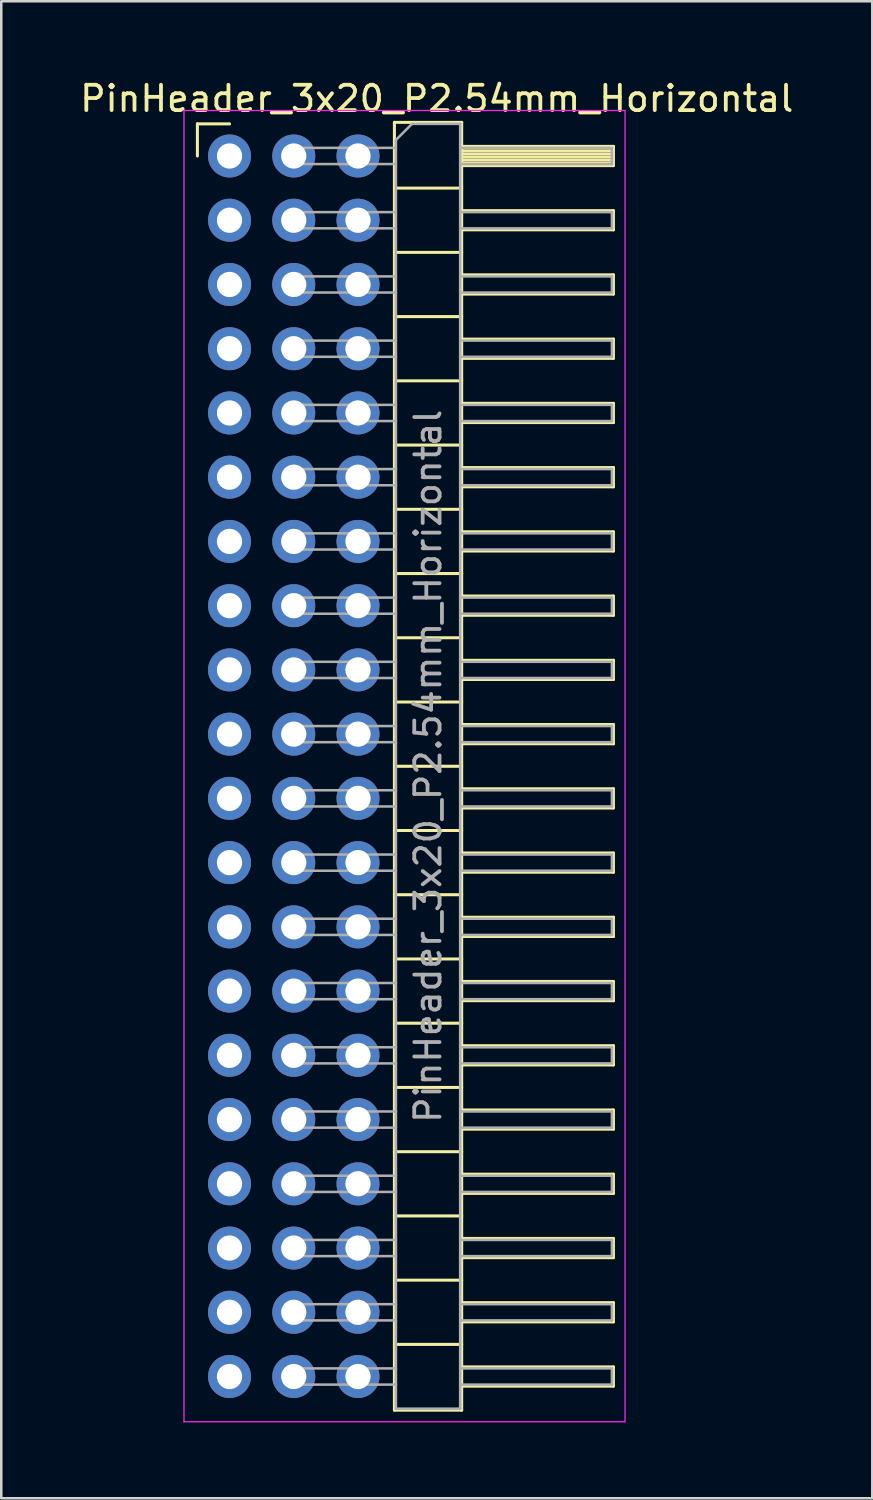
<source format=kicad_pcb>
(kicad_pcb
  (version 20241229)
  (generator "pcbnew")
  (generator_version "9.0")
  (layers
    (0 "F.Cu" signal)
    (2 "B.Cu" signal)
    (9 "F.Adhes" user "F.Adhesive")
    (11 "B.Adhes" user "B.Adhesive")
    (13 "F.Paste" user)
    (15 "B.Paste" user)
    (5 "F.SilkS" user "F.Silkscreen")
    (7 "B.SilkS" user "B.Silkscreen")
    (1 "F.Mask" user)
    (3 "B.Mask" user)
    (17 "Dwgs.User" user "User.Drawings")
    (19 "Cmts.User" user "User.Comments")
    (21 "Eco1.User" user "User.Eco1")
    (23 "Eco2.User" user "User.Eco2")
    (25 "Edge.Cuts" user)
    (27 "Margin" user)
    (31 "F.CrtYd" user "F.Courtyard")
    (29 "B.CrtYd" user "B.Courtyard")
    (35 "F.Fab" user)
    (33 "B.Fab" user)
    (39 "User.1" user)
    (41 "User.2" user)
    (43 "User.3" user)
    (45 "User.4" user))
  (footprint "PinHeader_3x20_P2.54mm_Horizontal"
    (layer "F.Cu")
    (at 6.025 3.118)
    (property "Reference" "PinHeader_3x20_P2.54mm_Horizontal" (at 8.195 -2.27 0) (layer "F.SilkS") (effects (font (size 1 1) (thickness 0.15))))
    (attr through_hole)
    (fp_line (start -1.27 -1.27) (end 0 -1.27) (stroke (width 0.12) (type solid)) (layer "F.SilkS"))
    (fp_line (start -1.27 0) (end -1.27 -1.27) (stroke (width 0.12) (type solid)) (layer "F.SilkS"))
    (fp_line (start 6.52 -1.33) (end 6.52 49.59) (stroke (width 0.12) (type solid)) (layer "F.SilkS"))
    (fp_line (start 6.52 1.27) (end 9.18 1.27) (stroke (width 0.12) (type solid)) (layer "F.SilkS"))
    (fp_line (start 6.52 3.81) (end 9.18 3.81) (stroke (width 0.12) (type solid)) (layer "F.SilkS"))
    (fp_line (start 6.52 6.35) (end 9.18 6.35) (stroke (width 0.12) (type solid)) (layer "F.SilkS"))
    (fp_line (start 6.52 8.89) (end 9.18 8.89) (stroke (width 0.12) (type solid)) (layer "F.SilkS"))
    (fp_line (start 6.52 11.43) (end 9.18 11.43) (stroke (width 0.12) (type solid)) (layer "F.SilkS"))
    (fp_line (start 6.52 13.97) (end 9.18 13.97) (stroke (width 0.12) (type solid)) (layer "F.SilkS"))
    (fp_line (start 6.52 16.51) (end 9.18 16.51) (stroke (width 0.12) (type solid)) (layer "F.SilkS"))
    (fp_line (start 6.52 19.05) (end 9.18 19.05) (stroke (width 0.12) (type solid)) (layer "F.SilkS"))
    (fp_line (start 6.52 21.59) (end 9.18 21.59) (stroke (width 0.12) (type solid)) (layer "F.SilkS"))
    (fp_line (start 6.52 24.13) (end 9.18 24.13) (stroke (width 0.12) (type solid)) (layer "F.SilkS"))
    (fp_line (start 6.52 26.67) (end 9.18 26.67) (stroke (width 0.12) (type solid)) (layer "F.SilkS"))
    (fp_line (start 6.52 29.21) (end 9.18 29.21) (stroke (width 0.12) (type solid)) (layer "F.SilkS"))
    (fp_line (start 6.52 31.75) (end 9.18 31.75) (stroke (width 0.12) (type solid)) (layer "F.SilkS"))
    (fp_line (start 6.52 34.29) (end 9.18 34.29) (stroke (width 0.12) (type solid)) (layer "F.SilkS"))
    (fp_line (start 6.52 36.83) (end 9.18 36.83) (stroke (width 0.12) (type solid)) (layer "F.SilkS"))
    (fp_line (start 6.52 39.37) (end 9.18 39.37) (stroke (width 0.12) (type solid)) (layer "F.SilkS"))
    (fp_line (start 6.52 41.91) (end 9.18 41.91) (stroke (width 0.12) (type solid)) (layer "F.SilkS"))
    (fp_line (start 6.52 44.45) (end 9.18 44.45) (stroke (width 0.12) (type solid)) (layer "F.SilkS"))
    (fp_line (start 6.52 46.99) (end 9.18 46.99) (stroke (width 0.12) (type solid)) (layer "F.SilkS"))
    (fp_line (start 6.52 49.59) (end 9.18 49.59) (stroke (width 0.12) (type solid)) (layer "F.SilkS"))
    (fp_line (start 9.18 -1.33) (end 6.52 -1.33) (stroke (width 0.12) (type solid)) (layer "F.SilkS"))
    (fp_line (start 9.18 -0.38) (end 15.18 -0.38) (stroke (width 0.12) (type solid)) (layer "F.SilkS"))
    (fp_line (start 9.18 -0.32) (end 15.18 -0.32) (stroke (width 0.12) (type solid)) (layer "F.SilkS"))
    (fp_line (start 9.18 -0.2) (end 15.18 -0.2) (stroke (width 0.12) (type solid)) (layer "F.SilkS"))
    (fp_line (start 9.18 -0.08) (end 15.18 -0.08) (stroke (width 0.12) (type solid)) (layer "F.SilkS"))
    (fp_line (start 9.18 0.04) (end 15.18 0.04) (stroke (width 0.12) (type solid)) (layer "F.SilkS"))
    (fp_line (start 9.18 0.16) (end 15.18 0.16) (stroke (width 0.12) (type solid)) (layer "F.SilkS"))
    (fp_line (start 9.18 0.28) (end 15.18 0.28) (stroke (width 0.12) (type solid)) (layer "F.SilkS"))
    (fp_line (start 9.18 2.16) (end 15.18 2.16) (stroke (width 0.12) (type solid)) (layer "F.SilkS"))
    (fp_line (start 9.18 4.7) (end 15.18 4.7) (stroke (width 0.12) (type solid)) (layer "F.SilkS"))
    (fp_line (start 9.18 7.24) (end 15.18 7.24) (stroke (width 0.12) (type solid)) (layer "F.SilkS"))
    (fp_line (start 9.18 9.78) (end 15.18 9.78) (stroke (width 0.12) (type solid)) (layer "F.SilkS"))
    (fp_line (start 9.18 12.32) (end 15.18 12.32) (stroke (width 0.12) (type solid)) (layer "F.SilkS"))
    (fp_line (start 9.18 14.86) (end 15.18 14.86) (stroke (width 0.12) (type solid)) (layer "F.SilkS"))
    (fp_line (start 9.18 17.4) (end 15.18 17.4) (stroke (width 0.12) (type solid)) (layer "F.SilkS"))
    (fp_line (start 9.18 19.94) (end 15.18 19.94) (stroke (width 0.12) (type solid)) (layer "F.SilkS"))
    (fp_line (start 9.18 22.48) (end 15.18 22.48) (stroke (width 0.12) (type solid)) (layer "F.SilkS"))
    (fp_line (start 9.18 25.02) (end 15.18 25.02) (stroke (width 0.12) (type solid)) (layer "F.SilkS"))
    (fp_line (start 9.18 27.56) (end 15.18 27.56) (stroke (width 0.12) (type solid)) (layer "F.SilkS"))
    (fp_line (start 9.18 30.1) (end 15.18 30.1) (stroke (width 0.12) (type solid)) (layer "F.SilkS"))
    (fp_line (start 9.18 32.64) (end 15.18 32.64) (stroke (width 0.12) (type solid)) (layer "F.SilkS"))
    (fp_line (start 9.18 35.18) (end 15.18 35.18) (stroke (width 0.12) (type solid)) (layer "F.SilkS"))
    (fp_line (start 9.18 37.72) (end 15.18 37.72) (stroke (width 0.12) (type solid)) (layer "F.SilkS"))
    (fp_line (start 9.18 40.26) (end 15.18 40.26) (stroke (width 0.12) (type solid)) (layer "F.SilkS"))
    (fp_line (start 9.18 42.8) (end 15.18 42.8) (stroke (width 0.12) (type solid)) (layer "F.SilkS"))
    (fp_line (start 9.18 45.34) (end 15.18 45.34) (stroke (width 0.12) (type solid)) (layer "F.SilkS"))
    (fp_line (start 9.18 47.88) (end 15.18 47.88) (stroke (width 0.12) (type solid)) (layer "F.SilkS"))
    (fp_line (start 9.18 49.59) (end 9.18 -1.33) (stroke (width 0.12) (type solid)) (layer "F.SilkS"))
    (fp_line (start 15.18 -0.38) (end 15.18 0.38) (stroke (width 0.12) (type solid)) (layer "F.SilkS"))
    (fp_line (start 15.18 0.38) (end 9.18 0.38) (stroke (width 0.12) (type solid)) (layer "F.SilkS"))
    (fp_line (start 15.18 2.16) (end 15.18 2.92) (stroke (width 0.12) (type solid)) (layer "F.SilkS"))
    (fp_line (start 15.18 2.92) (end 9.18 2.92) (stroke (width 0.12) (type solid)) (layer "F.SilkS"))
    (fp_line (start 15.18 4.7) (end 15.18 5.46) (stroke (width 0.12) (type solid)) (layer "F.SilkS"))
    (fp_line (start 15.18 5.46) (end 9.18 5.46) (stroke (width 0.12) (type solid)) (layer "F.SilkS"))
    (fp_line (start 15.18 7.24) (end 15.18 8) (stroke (width 0.12) (type solid)) (layer "F.SilkS"))
    (fp_line (start 15.18 8) (end 9.18 8) (stroke (width 0.12) (type solid)) (layer "F.SilkS"))
    (fp_line (start 15.18 9.78) (end 15.18 10.54) (stroke (width 0.12) (type solid)) (layer "F.SilkS"))
    (fp_line (start 15.18 10.54) (end 9.18 10.54) (stroke (width 0.12) (type solid)) (layer "F.SilkS"))
    (fp_line (start 15.18 12.32) (end 15.18 13.08) (stroke (width 0.12) (type solid)) (layer "F.SilkS"))
    (fp_line (start 15.18 13.08) (end 9.18 13.08) (stroke (width 0.12) (type solid)) (layer "F.SilkS"))
    (fp_line (start 15.18 14.86) (end 15.18 15.62) (stroke (width 0.12) (type solid)) (layer "F.SilkS"))
    (fp_line (start 15.18 15.62) (end 9.18 15.62) (stroke (width 0.12) (type solid)) (layer "F.SilkS"))
    (fp_line (start 15.18 17.4) (end 15.18 18.16) (stroke (width 0.12) (type solid)) (layer "F.SilkS"))
    (fp_line (start 15.18 18.16) (end 9.18 18.16) (stroke (width 0.12) (type solid)) (layer "F.SilkS"))
    (fp_line (start 15.18 19.94) (end 15.18 20.7) (stroke (width 0.12) (type solid)) (layer "F.SilkS"))
    (fp_line (start 15.18 20.7) (end 9.18 20.7) (stroke (width 0.12) (type solid)) (layer "F.SilkS"))
    (fp_line (start 15.18 22.48) (end 15.18 23.24) (stroke (width 0.12) (type solid)) (layer "F.SilkS"))
    (fp_line (start 15.18 23.24) (end 9.18 23.24) (stroke (width 0.12) (type solid)) (layer "F.SilkS"))
    (fp_line (start 15.18 25.02) (end 15.18 25.78) (stroke (width 0.12) (type solid)) (layer "F.SilkS"))
    (fp_line (start 15.18 25.78) (end 9.18 25.78) (stroke (width 0.12) (type solid)) (layer "F.SilkS"))
    (fp_line (start 15.18 27.56) (end 15.18 28.32) (stroke (width 0.12) (type solid)) (layer "F.SilkS"))
    (fp_line (start 15.18 28.32) (end 9.18 28.32) (stroke (width 0.12) (type solid)) (layer "F.SilkS"))
    (fp_line (start 15.18 30.1) (end 15.18 30.86) (stroke (width 0.12) (type solid)) (layer "F.SilkS"))
    (fp_line (start 15.18 30.86) (end 9.18 30.86) (stroke (width 0.12) (type solid)) (layer "F.SilkS"))
    (fp_line (start 15.18 32.64) (end 15.18 33.4) (stroke (width 0.12) (type solid)) (layer "F.SilkS"))
    (fp_line (start 15.18 33.4) (end 9.18 33.4) (stroke (width 0.12) (type solid)) (layer "F.SilkS"))
    (fp_line (start 15.18 35.18) (end 15.18 35.94) (stroke (width 0.12) (type solid)) (layer "F.SilkS"))
    (fp_line (start 15.18 35.94) (end 9.18 35.94) (stroke (width 0.12) (type solid)) (layer "F.SilkS"))
    (fp_line (start 15.18 37.72) (end 15.18 38.48) (stroke (width 0.12) (type solid)) (layer "F.SilkS"))
    (fp_line (start 15.18 38.48) (end 9.18 38.48) (stroke (width 0.12) (type solid)) (layer "F.SilkS"))
    (fp_line (start 15.18 40.26) (end 15.18 41.02) (stroke (width 0.12) (type solid)) (layer "F.SilkS"))
    (fp_line (start 15.18 41.02) (end 9.18 41.02) (stroke (width 0.12) (type solid)) (layer "F.SilkS"))
    (fp_line (start 15.18 42.8) (end 15.18 43.56) (stroke (width 0.12) (type solid)) (layer "F.SilkS"))
    (fp_line (start 15.18 43.56) (end 9.18 43.56) (stroke (width 0.12) (type solid)) (layer "F.SilkS"))
    (fp_line (start 15.18 45.34) (end 15.18 46.1) (stroke (width 0.12) (type solid)) (layer "F.SilkS"))
    (fp_line (start 15.18 46.1) (end 9.18 46.1) (stroke (width 0.12) (type solid)) (layer "F.SilkS"))
    (fp_line (start 15.18 47.88) (end 15.18 48.64) (stroke (width 0.12) (type solid)) (layer "F.SilkS"))
    (fp_line (start 15.18 48.64) (end 9.18 48.64) (stroke (width 0.12) (type solid)) (layer "F.SilkS"))
    (fp_line (start -1.8 -1.8) (end -1.8 50.05) (stroke (width 0.05) (type solid)) (layer "F.CrtYd"))
    (fp_line (start -1.8 50.05) (end 15.64 50.05) (stroke (width 0.05) (type solid)) (layer "F.CrtYd"))
    (fp_line (start 15.64 -1.8) (end -1.8 -1.8) (stroke (width 0.05) (type solid)) (layer "F.CrtYd"))
    (fp_line (start 15.64 50.05) (end 15.64 -1.8) (stroke (width 0.05) (type solid)) (layer "F.CrtYd"))
    (fp_line (start 2.22 -0.32) (end 6.58 -0.32) (stroke (width 0.1) (type solid)) (layer "F.Fab"))
    (fp_line (start 2.22 0.32) (end 6.58 0.32) (stroke (width 0.1) (type solid)) (layer "F.Fab"))
    (fp_line (start 2.22 2.22) (end 6.58 2.22) (stroke (width 0.1) (type solid)) (layer "F.Fab"))
    (fp_line (start 2.22 2.86) (end 6.58 2.86) (stroke (width 0.1) (type solid)) (layer "F.Fab"))
    (fp_line (start 2.22 4.76) (end 6.58 4.76) (stroke (width 0.1) (type solid)) (layer "F.Fab"))
    (fp_line (start 2.22 5.4) (end 6.58 5.4) (stroke (width 0.1) (type solid)) (layer "F.Fab"))
    (fp_line (start 2.22 7.3) (end 6.58 7.3) (stroke (width 0.1) (type solid)) (layer "F.Fab"))
    (fp_line (start 2.22 7.94) (end 6.58 7.94) (stroke (width 0.1) (type solid)) (layer "F.Fab"))
    (fp_line (start 2.22 9.84) (end 6.58 9.84) (stroke (width 0.1) (type solid)) (layer "F.Fab"))
    (fp_line (start 2.22 10.48) (end 6.58 10.48) (stroke (width 0.1) (type solid)) (layer "F.Fab"))
    (fp_line (start 2.22 12.38) (end 6.58 12.38) (stroke (width 0.1) (type solid)) (layer "F.Fab"))
    (fp_line (start 2.22 13.02) (end 6.58 13.02) (stroke (width 0.1) (type solid)) (layer "F.Fab"))
    (fp_line (start 2.22 14.92) (end 6.58 14.92) (stroke (width 0.1) (type solid)) (layer "F.Fab"))
    (fp_line (start 2.22 15.56) (end 6.58 15.56) (stroke (width 0.1) (type solid)) (layer "F.Fab"))
    (fp_line (start 2.22 17.46) (end 6.58 17.46) (stroke (width 0.1) (type solid)) (layer "F.Fab"))
    (fp_line (start 2.22 18.1) (end 6.58 18.1) (stroke (width 0.1) (type solid)) (layer "F.Fab"))
    (fp_line (start 2.22 20) (end 6.58 20) (stroke (width 0.1) (type solid)) (layer "F.Fab"))
    (fp_line (start 2.22 20.64) (end 6.58 20.64) (stroke (width 0.1) (type solid)) (layer "F.Fab"))
    (fp_line (start 2.22 22.54) (end 6.58 22.54) (stroke (width 0.1) (type solid)) (layer "F.Fab"))
    (fp_line (start 2.22 23.18) (end 6.58 23.18) (stroke (width 0.1) (type solid)) (layer "F.Fab"))
    (fp_line (start 2.22 25.08) (end 6.58 25.08) (stroke (width 0.1) (type solid)) (layer "F.Fab"))
    (fp_line (start 2.22 25.72) (end 6.58 25.72) (stroke (width 0.1) (type solid)) (layer "F.Fab"))
    (fp_line (start 2.22 27.62) (end 6.58 27.62) (stroke (width 0.1) (type solid)) (layer "F.Fab"))
    (fp_line (start 2.22 28.26) (end 6.58 28.26) (stroke (width 0.1) (type solid)) (layer "F.Fab"))
    (fp_line (start 2.22 30.16) (end 6.58 30.16) (stroke (width 0.1) (type solid)) (layer "F.Fab"))
    (fp_line (start 2.22 30.8) (end 6.58 30.8) (stroke (width 0.1) (type solid)) (layer "F.Fab"))
    (fp_line (start 2.22 32.7) (end 6.58 32.7) (stroke (width 0.1) (type solid)) (layer "F.Fab"))
    (fp_line (start 2.22 33.34) (end 6.58 33.34) (stroke (width 0.1) (type solid)) (layer "F.Fab"))
    (fp_line (start 2.22 35.24) (end 6.58 35.24) (stroke (width 0.1) (type solid)) (layer "F.Fab"))
    (fp_line (start 2.22 35.88) (end 6.58 35.88) (stroke (width 0.1) (type solid)) (layer "F.Fab"))
    (fp_line (start 2.22 37.78) (end 6.58 37.78) (stroke (width 0.1) (type solid)) (layer "F.Fab"))
    (fp_line (start 2.22 38.42) (end 6.58 38.42) (stroke (width 0.1) (type solid)) (layer "F.Fab"))
    (fp_line (start 2.22 40.32) (end 6.58 40.32) (stroke (width 0.1) (type solid)) (layer "F.Fab"))
    (fp_line (start 2.22 40.96) (end 6.58 40.96) (stroke (width 0.1) (type solid)) (layer "F.Fab"))
    (fp_line (start 2.22 42.86) (end 6.58 42.86) (stroke (width 0.1) (type solid)) (layer "F.Fab"))
    (fp_line (start 2.22 43.5) (end 6.58 43.5) (stroke (width 0.1) (type solid)) (layer "F.Fab"))
    (fp_line (start 2.22 45.4) (end 6.58 45.4) (stroke (width 0.1) (type solid)) (layer "F.Fab"))
    (fp_line (start 2.22 46.04) (end 6.58 46.04) (stroke (width 0.1) (type solid)) (layer "F.Fab"))
    (fp_line (start 2.22 47.94) (end 6.58 47.94) (stroke (width 0.1) (type solid)) (layer "F.Fab"))
    (fp_line (start 2.22 48.58) (end 6.58 48.58) (stroke (width 0.1) (type solid)) (layer "F.Fab"))
    (fp_line (start 6.58 -0.635) (end 7.215 -1.27) (stroke (width 0.1) (type solid)) (layer "F.Fab"))
    (fp_line (start 6.58 49.53) (end 6.58 -0.635) (stroke (width 0.1) (type solid)) (layer "F.Fab"))
    (fp_line (start 7.215 -1.27) (end 9.12 -1.27) (stroke (width 0.1) (type solid)) (layer "F.Fab"))
    (fp_line (start 9.12 -1.27) (end 9.12 49.53) (stroke (width 0.1) (type solid)) (layer "F.Fab"))
    (fp_line (start 9.12 -0.32) (end 15.12 -0.32) (stroke (width 0.1) (type solid)) (layer "F.Fab"))
    (fp_line (start 9.12 0.32) (end 15.12 0.32) (stroke (width 0.1) (type solid)) (layer "F.Fab"))
    (fp_line (start 9.12 2.22) (end 15.12 2.22) (stroke (width 0.1) (type solid)) (layer "F.Fab"))
    (fp_line (start 9.12 2.86) (end 15.12 2.86) (stroke (width 0.1) (type solid)) (layer "F.Fab"))
    (fp_line (start 9.12 4.76) (end 15.12 4.76) (stroke (width 0.1) (type solid)) (layer "F.Fab"))
    (fp_line (start 9.12 5.4) (end 15.12 5.4) (stroke (width 0.1) (type solid)) (layer "F.Fab"))
    (fp_line (start 9.12 7.3) (end 15.12 7.3) (stroke (width 0.1) (type solid)) (layer "F.Fab"))
    (fp_line (start 9.12 7.94) (end 15.12 7.94) (stroke (width 0.1) (type solid)) (layer "F.Fab"))
    (fp_line (start 9.12 9.84) (end 15.12 9.84) (stroke (width 0.1) (type solid)) (layer "F.Fab"))
    (fp_line (start 9.12 10.48) (end 15.12 10.48) (stroke (width 0.1) (type solid)) (layer "F.Fab"))
    (fp_line (start 9.12 12.38) (end 15.12 12.38) (stroke (width 0.1) (type solid)) (layer "F.Fab"))
    (fp_line (start 9.12 13.02) (end 15.12 13.02) (stroke (width 0.1) (type solid)) (layer "F.Fab"))
    (fp_line (start 9.12 14.92) (end 15.12 14.92) (stroke (width 0.1) (type solid)) (layer "F.Fab"))
    (fp_line (start 9.12 15.56) (end 15.12 15.56) (stroke (width 0.1) (type solid)) (layer "F.Fab"))
    (fp_line (start 9.12 17.46) (end 15.12 17.46) (stroke (width 0.1) (type solid)) (layer "F.Fab"))
    (fp_line (start 9.12 18.1) (end 15.12 18.1) (stroke (width 0.1) (type solid)) (layer "F.Fab"))
    (fp_line (start 9.12 20) (end 15.12 20) (stroke (width 0.1) (type solid)) (layer "F.Fab"))
    (fp_line (start 9.12 20.64) (end 15.12 20.64) (stroke (width 0.1) (type solid)) (layer "F.Fab"))
    (fp_line (start 9.12 22.54) (end 15.12 22.54) (stroke (width 0.1) (type solid)) (layer "F.Fab"))
    (fp_line (start 9.12 23.18) (end 15.12 23.18) (stroke (width 0.1) (type solid)) (layer "F.Fab"))
    (fp_line (start 9.12 25.08) (end 15.12 25.08) (stroke (width 0.1) (type solid)) (layer "F.Fab"))
    (fp_line (start 9.12 25.72) (end 15.12 25.72) (stroke (width 0.1) (type solid)) (layer "F.Fab"))
    (fp_line (start 9.12 27.62) (end 15.12 27.62) (stroke (width 0.1) (type solid)) (layer "F.Fab"))
    (fp_line (start 9.12 28.26) (end 15.12 28.26) (stroke (width 0.1) (type solid)) (layer "F.Fab"))
    (fp_line (start 9.12 30.16) (end 15.12 30.16) (stroke (width 0.1) (type solid)) (layer "F.Fab"))
    (fp_line (start 9.12 30.8) (end 15.12 30.8) (stroke (width 0.1) (type solid)) (layer "F.Fab"))
    (fp_line (start 9.12 32.7) (end 15.12 32.7) (stroke (width 0.1) (type solid)) (layer "F.Fab"))
    (fp_line (start 9.12 33.34) (end 15.12 33.34) (stroke (width 0.1) (type solid)) (layer "F.Fab"))
    (fp_line (start 9.12 35.24) (end 15.12 35.24) (stroke (width 0.1) (type solid)) (layer "F.Fab"))
    (fp_line (start 9.12 35.88) (end 15.12 35.88) (stroke (width 0.1) (type solid)) (layer "F.Fab"))
    (fp_line (start 9.12 37.78) (end 15.12 37.78) (stroke (width 0.1) (type solid)) (layer "F.Fab"))
    (fp_line (start 9.12 38.42) (end 15.12 38.42) (stroke (width 0.1) (type solid)) (layer "F.Fab"))
    (fp_line (start 9.12 40.32) (end 15.12 40.32) (stroke (width 0.1) (type solid)) (layer "F.Fab"))
    (fp_line (start 9.12 40.96) (end 15.12 40.96) (stroke (width 0.1) (type solid)) (layer "F.Fab"))
    (fp_line (start 9.12 42.86) (end 15.12 42.86) (stroke (width 0.1) (type solid)) (layer "F.Fab"))
    (fp_line (start 9.12 43.5) (end 15.12 43.5) (stroke (width 0.1) (type solid)) (layer "F.Fab"))
    (fp_line (start 9.12 45.4) (end 15.12 45.4) (stroke (width 0.1) (type solid)) (layer "F.Fab"))
    (fp_line (start 9.12 46.04) (end 15.12 46.04) (stroke (width 0.1) (type solid)) (layer "F.Fab"))
    (fp_line (start 9.12 47.94) (end 15.12 47.94) (stroke (width 0.1) (type solid)) (layer "F.Fab"))
    (fp_line (start 9.12 48.58) (end 15.12 48.58) (stroke (width 0.1) (type solid)) (layer "F.Fab"))
    (fp_line (start 9.12 49.53) (end 6.58 49.53) (stroke (width 0.1) (type solid)) (layer "F.Fab"))
    (fp_line (start 15.12 -0.32) (end 15.12 0.32) (stroke (width 0.1) (type solid)) (layer "F.Fab"))
    (fp_line (start 15.12 2.22) (end 15.12 2.86) (stroke (width 0.1) (type solid)) (layer "F.Fab"))
    (fp_line (start 15.12 4.76) (end 15.12 5.4) (stroke (width 0.1) (type solid)) (layer "F.Fab"))
    (fp_line (start 15.12 7.3) (end 15.12 7.94) (stroke (width 0.1) (type solid)) (layer "F.Fab"))
    (fp_line (start 15.12 9.84) (end 15.12 10.48) (stroke (width 0.1) (type solid)) (layer "F.Fab"))
    (fp_line (start 15.12 12.38) (end 15.12 13.02) (stroke (width 0.1) (type solid)) (layer "F.Fab"))
    (fp_line (start 15.12 14.92) (end 15.12 15.56) (stroke (width 0.1) (type solid)) (layer "F.Fab"))
    (fp_line (start 15.12 17.46) (end 15.12 18.1) (stroke (width 0.1) (type solid)) (layer "F.Fab"))
    (fp_line (start 15.12 20) (end 15.12 20.64) (stroke (width 0.1) (type solid)) (layer "F.Fab"))
    (fp_line (start 15.12 22.54) (end 15.12 23.18) (stroke (width 0.1) (type solid)) (layer "F.Fab"))
    (fp_line (start 15.12 25.08) (end 15.12 25.72) (stroke (width 0.1) (type solid)) (layer "F.Fab"))
    (fp_line (start 15.12 27.62) (end 15.12 28.26) (stroke (width 0.1) (type solid)) (layer "F.Fab"))
    (fp_line (start 15.12 30.16) (end 15.12 30.8) (stroke (width 0.1) (type solid)) (layer "F.Fab"))
    (fp_line (start 15.12 32.7) (end 15.12 33.34) (stroke (width 0.1) (type solid)) (layer "F.Fab"))
    (fp_line (start 15.12 35.24) (end 15.12 35.88) (stroke (width 0.1) (type solid)) (layer "F.Fab"))
    (fp_line (start 15.12 37.78) (end 15.12 38.42) (stroke (width 0.1) (type solid)) (layer "F.Fab"))
    (fp_line (start 15.12 40.32) (end 15.12 40.96) (stroke (width 0.1) (type solid)) (layer "F.Fab"))
    (fp_line (start 15.12 42.86) (end 15.12 43.5) (stroke (width 0.1) (type solid)) (layer "F.Fab"))
    (fp_line (start 15.12 45.4) (end 15.12 46.04) (stroke (width 0.1) (type solid)) (layer "F.Fab"))
    (fp_line (start 15.12 47.94) (end 15.12 48.58) (stroke (width 0.1) (type solid)) (layer "F.Fab"))
    (fp_text user "${REFERENCE}" (at 7.85 24.13 90) (layer "F.Fab") (effects (font (size 1 1) (thickness 0.15))))
    (pad "1" thru_hole circle (at 0 0) (size 1.7 1.7) (drill 1) (layers "*.Cu" "*.Mask"))
    (pad "2" thru_hole circle (at 2.54 0) (size 1.7 1.7) (drill 1) (layers "*.Cu" "*.Mask"))
    (pad "3" thru_hole circle (at 5.08 0) (size 1.7 1.7) (drill 1) (layers "*.Cu" "*.Mask"))
    (pad "4" thru_hole circle (at 0 2.54) (size 1.7 1.7) (drill 1) (layers "*.Cu" "*.Mask"))
    (pad "5" thru_hole circle (at 2.54 2.54) (size 1.7 1.7) (drill 1) (layers "*.Cu" "*.Mask"))
    (pad "6" thru_hole circle (at 5.08 2.54) (size 1.7 1.7) (drill 1) (layers "*.Cu" "*.Mask"))
    (pad "7" thru_hole circle (at 0 5.08) (size 1.7 1.7) (drill 1) (layers "*.Cu" "*.Mask"))
    (pad "8" thru_hole circle (at 2.54 5.08) (size 1.7 1.7) (drill 1) (layers "*.Cu" "*.Mask"))
    (pad "9" thru_hole circle (at 5.08 5.08) (size 1.7 1.7) (drill 1) (layers "*.Cu" "*.Mask"))
    (pad "10" thru_hole circle (at 0 7.62) (size 1.7 1.7) (drill 1) (layers "*.Cu" "*.Mask"))
    (pad "11" thru_hole circle (at 2.54 7.62) (size 1.7 1.7) (drill 1) (layers "*.Cu" "*.Mask"))
    (pad "12" thru_hole circle (at 5.08 7.62) (size 1.7 1.7) (drill 1) (layers "*.Cu" "*.Mask"))
    (pad "13" thru_hole circle (at 0 10.16) (size 1.7 1.7) (drill 1) (layers "*.Cu" "*.Mask"))
    (pad "14" thru_hole circle (at 2.54 10.16) (size 1.7 1.7) (drill 1) (layers "*.Cu" "*.Mask"))
    (pad "15" thru_hole circle (at 5.08 10.16) (size 1.7 1.7) (drill 1) (layers "*.Cu" "*.Mask"))
    (pad "16" thru_hole circle (at 0 12.7) (size 1.7 1.7) (drill 1) (layers "*.Cu" "*.Mask"))
    (pad "17" thru_hole circle (at 2.54 12.7) (size 1.7 1.7) (drill 1) (layers "*.Cu" "*.Mask"))
    (pad "18" thru_hole circle (at 5.08 12.7) (size 1.7 1.7) (drill 1) (layers "*.Cu" "*.Mask"))
    (pad "19" thru_hole circle (at 0 15.24) (size 1.7 1.7) (drill 1) (layers "*.Cu" "*.Mask"))
    (pad "20" thru_hole circle (at 2.54 15.24) (size 1.7 1.7) (drill 1) (layers "*.Cu" "*.Mask"))
    (pad "21" thru_hole circle (at 5.08 15.24) (size 1.7 1.7) (drill 1) (layers "*.Cu" "*.Mask"))
    (pad "22" thru_hole circle (at 0 17.78) (size 1.7 1.7) (drill 1) (layers "*.Cu" "*.Mask"))
    (pad "23" thru_hole circle (at 2.54 17.78) (size 1.7 1.7) (drill 1) (layers "*.Cu" "*.Mask"))
    (pad "24" thru_hole circle (at 5.08 17.78) (size 1.7 1.7) (drill 1) (layers "*.Cu" "*.Mask"))
    (pad "25" thru_hole circle (at 0 20.32) (size 1.7 1.7) (drill 1) (layers "*.Cu" "*.Mask"))
    (pad "26" thru_hole circle (at 2.54 20.32) (size 1.7 1.7) (drill 1) (layers "*.Cu" "*.Mask"))
    (pad "27" thru_hole circle (at 5.08 20.32) (size 1.7 1.7) (drill 1) (layers "*.Cu" "*.Mask"))
    (pad "28" thru_hole circle (at 0 22.86) (size 1.7 1.7) (drill 1) (layers "*.Cu" "*.Mask"))
    (pad "29" thru_hole circle (at 2.54 22.86) (size 1.7 1.7) (drill 1) (layers "*.Cu" "*.Mask"))
    (pad "30" thru_hole circle (at 5.08 22.86) (size 1.7 1.7) (drill 1) (layers "*.Cu" "*.Mask"))
    (pad "31" thru_hole circle (at 0 25.4) (size 1.7 1.7) (drill 1) (layers "*.Cu" "*.Mask"))
    (pad "32" thru_hole circle (at 2.54 25.4) (size 1.7 1.7) (drill 1) (layers "*.Cu" "*.Mask"))
    (pad "33" thru_hole circle (at 5.08 25.4) (size 1.7 1.7) (drill 1) (layers "*.Cu" "*.Mask"))
    (pad "34" thru_hole circle (at 0 27.94) (size 1.7 1.7) (drill 1) (layers "*.Cu" "*.Mask"))
    (pad "35" thru_hole circle (at 2.54 27.94) (size 1.7 1.7) (drill 1) (layers "*.Cu" "*.Mask"))
    (pad "36" thru_hole circle (at 5.08 27.94) (size 1.7 1.7) (drill 1) (layers "*.Cu" "*.Mask"))
    (pad "37" thru_hole circle (at 0 30.48) (size 1.7 1.7) (drill 1) (layers "*.Cu" "*.Mask"))
    (pad "38" thru_hole circle (at 2.54 30.48) (size 1.7 1.7) (drill 1) (layers "*.Cu" "*.Mask"))
    (pad "39" thru_hole circle (at 5.08 30.48) (size 1.7 1.7) (drill 1) (layers "*.Cu" "*.Mask"))
    (pad "40" thru_hole circle (at 0 33.02) (size 1.7 1.7) (drill 1) (layers "*.Cu" "*.Mask"))
    (pad "41" thru_hole circle (at 2.54 33.02) (size 1.7 1.7) (drill 1) (layers "*.Cu" "*.Mask"))
    (pad "42" thru_hole circle (at 5.08 33.02) (size 1.7 1.7) (drill 1) (layers "*.Cu" "*.Mask"))
    (pad "43" thru_hole circle (at 0 35.56) (size 1.7 1.7) (drill 1) (layers "*.Cu" "*.Mask"))
    (pad "44" thru_hole circle (at 2.54 35.56) (size 1.7 1.7) (drill 1) (layers "*.Cu" "*.Mask"))
    (pad "45" thru_hole circle (at 5.08 35.56) (size 1.7 1.7) (drill 1) (layers "*.Cu" "*.Mask"))
    (pad "46" thru_hole circle (at 0 38.1) (size 1.7 1.7) (drill 1) (layers "*.Cu" "*.Mask"))
    (pad "47" thru_hole circle (at 2.54 38.1) (size 1.7 1.7) (drill 1) (layers "*.Cu" "*.Mask"))
    (pad "48" thru_hole circle (at 5.08 38.1) (size 1.7 1.7) (drill 1) (layers "*.Cu" "*.Mask"))
    (pad "49" thru_hole circle (at 0 40.64) (size 1.7 1.7) (drill 1) (layers "*.Cu" "*.Mask"))
    (pad "50" thru_hole circle (at 2.54 40.64) (size 1.7 1.7) (drill 1) (layers "*.Cu" "*.Mask"))
    (pad "51" thru_hole circle (at 5.08 40.64) (size 1.7 1.7) (drill 1) (layers "*.Cu" "*.Mask"))
    (pad "52" thru_hole circle (at 0 43.18) (size 1.7 1.7) (drill 1) (layers "*.Cu" "*.Mask"))
    (pad "53" thru_hole circle (at 2.54 43.18) (size 1.7 1.7) (drill 1) (layers "*.Cu" "*.Mask"))
    (pad "54" thru_hole circle (at 5.08 43.18) (size 1.7 1.7) (drill 1) (layers "*.Cu" "*.Mask"))
    (pad "55" thru_hole circle (at 0 45.72) (size 1.7 1.7) (drill 1) (layers "*.Cu" "*.Mask"))
    (pad "56" thru_hole circle (at 2.54 45.72) (size 1.7 1.7) (drill 1) (layers "*.Cu" "*.Mask"))
    (pad "57" thru_hole circle (at 5.08 45.72) (size 1.7 1.7) (drill 1) (layers "*.Cu" "*.Mask"))
    (pad "58" thru_hole circle (at 0 48.26) (size 1.7 1.7) (drill 1) (layers "*.Cu" "*.Mask"))
    (pad "59" thru_hole circle (at 2.54 48.26) (size 1.7 1.7) (drill 1) (layers "*.Cu" "*.Mask"))
    (pad "60" thru_hole circle (at 5.08 48.26) (size 1.7 1.7) (drill 1) (layers "*.Cu" "*.Mask")))
  (gr_rect
    (start -3 -3)
    (end 31.44 56.193)
    (stroke (width 0.1) (type default))
    (fill no)
    (layer "Edge.Cuts")))
</source>
